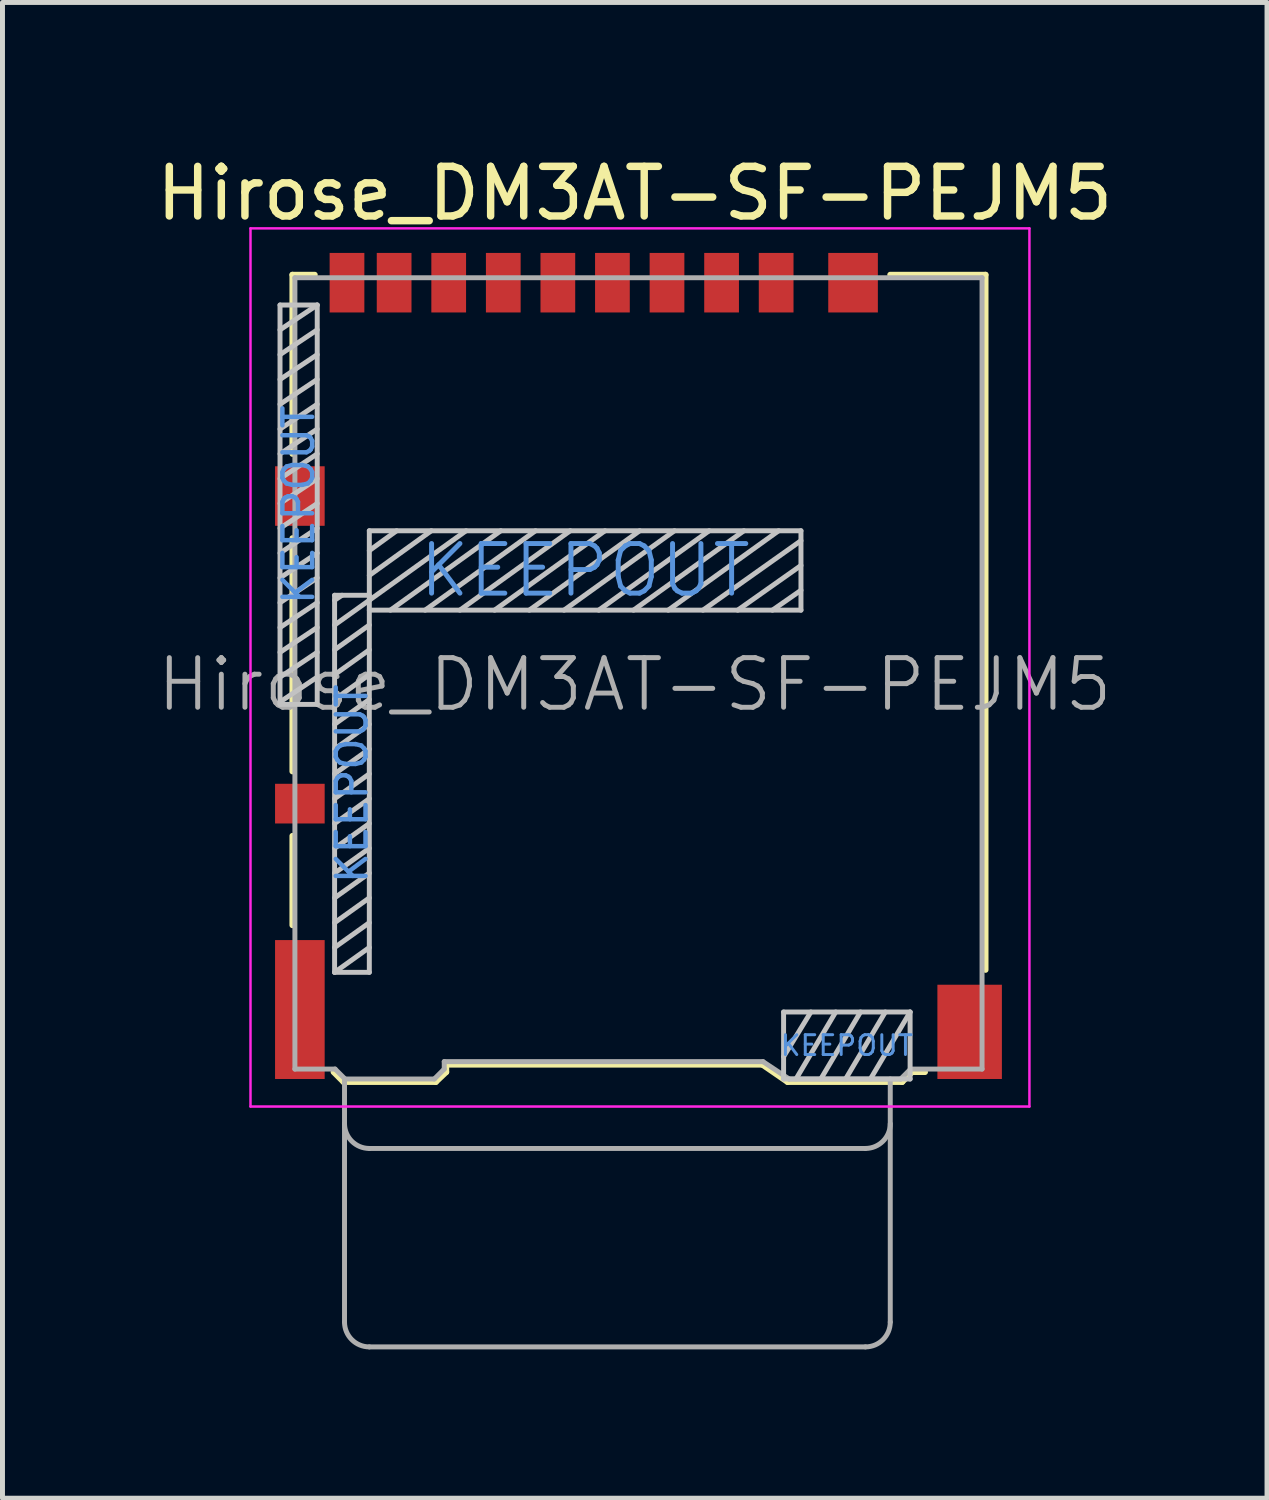
<source format=kicad_pcb>
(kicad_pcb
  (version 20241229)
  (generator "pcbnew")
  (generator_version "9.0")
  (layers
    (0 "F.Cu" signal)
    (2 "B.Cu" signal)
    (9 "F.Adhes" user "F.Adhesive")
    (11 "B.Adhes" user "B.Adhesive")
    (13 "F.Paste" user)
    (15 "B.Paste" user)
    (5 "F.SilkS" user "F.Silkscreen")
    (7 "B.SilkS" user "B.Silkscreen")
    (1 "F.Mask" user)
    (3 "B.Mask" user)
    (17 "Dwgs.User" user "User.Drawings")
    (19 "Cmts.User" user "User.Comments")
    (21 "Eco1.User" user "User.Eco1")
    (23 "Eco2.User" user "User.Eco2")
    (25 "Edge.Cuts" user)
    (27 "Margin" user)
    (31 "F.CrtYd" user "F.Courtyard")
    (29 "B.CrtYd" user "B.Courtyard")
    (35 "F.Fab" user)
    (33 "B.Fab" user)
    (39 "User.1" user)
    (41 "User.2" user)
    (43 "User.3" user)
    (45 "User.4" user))
  (footprint "Hirose_DM3AT-SF-PEJM5"
    (layer "F.Cu")
    (at 9.819 10.373)
    (property "Reference" "Hirose_DM3AT-SF-PEJM5" (at -0.075 -9.525 0) (layer "F.SilkS") (effects (font (size 1 1) (thickness 0.15))))
    (attr smd)
    (fp_line (start -6.975 -7.885) (end -6.975 -4.275) (stroke (width 0.12) (type solid)) (layer "F.SilkS"))
    (fp_line (start -6.975 -2.575) (end -6.975 2.125) (stroke (width 0.12) (type solid)) (layer "F.SilkS"))
    (fp_line (start -6.975 3.425) (end -6.975 5.225) (stroke (width 0.12) (type solid)) (layer "F.SilkS"))
    (fp_line (start -6.525 -7.885) (end -6.975 -7.885) (stroke (width 0.12) (type solid)) (layer "F.SilkS"))
    (fp_line (start -5.945 8.385) (end -6.145 8.185) (stroke (width 0.12) (type solid)) (layer "F.SilkS"))
    (fp_line (start -5.945 8.385) (end -4.085 8.385) (stroke (width 0.12) (type solid)) (layer "F.SilkS"))
    (fp_line (start -4.085 8.385) (end -3.875 8.185) (stroke (width 0.12) (type solid)) (layer "F.SilkS"))
    (fp_line (start -3.875 8.035) (end -3.875 8.185) (stroke (width 0.12) (type solid)) (layer "F.SilkS"))
    (fp_line (start -3.875 8.035) (end 2.495 8.035) (stroke (width 0.12) (type solid)) (layer "F.SilkS"))
    (fp_line (start 3.005 8.385) (end 2.495 8.035) (stroke (width 0.12) (type solid)) (layer "F.SilkS"))
    (fp_line (start 5.075 -7.885) (end 6.995 -7.885) (stroke (width 0.12) (type solid)) (layer "F.SilkS"))
    (fp_line (start 5.315 8.385) (end 3.005 8.385) (stroke (width 0.12) (type solid)) (layer "F.SilkS"))
    (fp_line (start 5.315 8.385) (end 5.515 8.185) (stroke (width 0.12) (type solid)) (layer "F.SilkS"))
    (fp_line (start 5.515 8.185) (end 5.775 8.185) (stroke (width 0.12) (type solid)) (layer "F.SilkS"))
    (fp_line (start 6.995 -7.885) (end 6.995 6.125) (stroke (width 0.12) (type solid)) (layer "F.SilkS"))
    (fp_line (start -7.225 -7.275) (end -6.475 -7.275) (stroke (width 0.1) (type solid)) (layer "Dwgs.User"))
    (fp_line (start -7.225 0.775) (end -7.225 -7.275) (stroke (width 0.1) (type solid)) (layer "Dwgs.User"))
    (fp_line (start -6.475 -7.275) (end -7.225 -6.775) (stroke (width 0.1) (type solid)) (layer "Dwgs.User"))
    (fp_line (start -6.475 -7.275) (end -6.475 0.775) (stroke (width 0.1) (type solid)) (layer "Dwgs.User"))
    (fp_line (start -6.475 -6.775) (end -7.225 -6.275) (stroke (width 0.1) (type solid)) (layer "Dwgs.User"))
    (fp_line (start -6.475 -6.275) (end -7.225 -5.775) (stroke (width 0.1) (type solid)) (layer "Dwgs.User"))
    (fp_line (start -6.475 -5.775) (end -7.225 -5.275) (stroke (width 0.1) (type solid)) (layer "Dwgs.User"))
    (fp_line (start -6.475 -5.275) (end -7.225 -4.775) (stroke (width 0.1) (type solid)) (layer "Dwgs.User"))
    (fp_line (start -6.475 -4.775) (end -7.225 -4.275) (stroke (width 0.1) (type solid)) (layer "Dwgs.User"))
    (fp_line (start -6.475 -4.275) (end -7.225 -3.775) (stroke (width 0.1) (type solid)) (layer "Dwgs.User"))
    (fp_line (start -6.475 -3.775) (end -7.225 -3.275) (stroke (width 0.1) (type solid)) (layer "Dwgs.User"))
    (fp_line (start -6.475 -3.275) (end -7.225 -2.775) (stroke (width 0.1) (type solid)) (layer "Dwgs.User"))
    (fp_line (start -6.475 -2.775) (end -7.225 -2.275) (stroke (width 0.1) (type solid)) (layer "Dwgs.User"))
    (fp_line (start -6.475 -2.275) (end -7.225 -1.775) (stroke (width 0.1) (type solid)) (layer "Dwgs.User"))
    (fp_line (start -6.475 -1.775) (end -7.225 -1.275) (stroke (width 0.1) (type solid)) (layer "Dwgs.User"))
    (fp_line (start -6.475 -1.275) (end -7.225 -0.775) (stroke (width 0.1) (type solid)) (layer "Dwgs.User"))
    (fp_line (start -6.475 -0.775) (end -7.225 -0.275) (stroke (width 0.1) (type solid)) (layer "Dwgs.User"))
    (fp_line (start -6.475 -0.275) (end -7.225 0.225) (stroke (width 0.1) (type solid)) (layer "Dwgs.User"))
    (fp_line (start -6.475 0.225) (end -7.225 0.725) (stroke (width 0.1) (type solid)) (layer "Dwgs.User"))
    (fp_line (start -6.475 0.775) (end -7.225 0.775) (stroke (width 0.1) (type solid)) (layer "Dwgs.User"))
    (fp_line (start -6.125 -1.425) (end -5.425 -1.425) (stroke (width 0.1) (type solid)) (layer "Dwgs.User"))
    (fp_line (start -6.125 -1.325) (end -5.975 -1.425) (stroke (width 0.1) (type solid)) (layer "Dwgs.User"))
    (fp_line (start -6.125 -0.825) (end -5.425 -1.325) (stroke (width 0.1) (type solid)) (layer "Dwgs.User"))
    (fp_line (start -6.125 -0.325) (end -5.425 -0.825) (stroke (width 0.1) (type solid)) (layer "Dwgs.User"))
    (fp_line (start -6.125 0.175) (end -5.425 -0.325) (stroke (width 0.1) (type solid)) (layer "Dwgs.User"))
    (fp_line (start -6.125 0.675) (end -5.425 0.175) (stroke (width 0.1) (type solid)) (layer "Dwgs.User"))
    (fp_line (start -6.125 1.175) (end -5.425 0.675) (stroke (width 0.1) (type solid)) (layer "Dwgs.User"))
    (fp_line (start -6.125 1.675) (end -5.425 1.175) (stroke (width 0.1) (type solid)) (layer "Dwgs.User"))
    (fp_line (start -6.125 2.175) (end -5.425 1.675) (stroke (width 0.1) (type solid)) (layer "Dwgs.User"))
    (fp_line (start -6.125 2.675) (end -5.425 2.175) (stroke (width 0.1) (type solid)) (layer "Dwgs.User"))
    (fp_line (start -6.125 3.175) (end -5.425 2.675) (stroke (width 0.1) (type solid)) (layer "Dwgs.User"))
    (fp_line (start -6.125 3.675) (end -5.425 3.175) (stroke (width 0.1) (type solid)) (layer "Dwgs.User"))
    (fp_line (start -6.125 4.175) (end -5.425 3.675) (stroke (width 0.1) (type solid)) (layer "Dwgs.User"))
    (fp_line (start -6.125 4.675) (end -5.425 4.175) (stroke (width 0.1) (type solid)) (layer "Dwgs.User"))
    (fp_line (start -6.125 5.175) (end -5.425 4.675) (stroke (width 0.1) (type solid)) (layer "Dwgs.User"))
    (fp_line (start -6.125 5.675) (end -5.425 5.175) (stroke (width 0.1) (type solid)) (layer "Dwgs.User"))
    (fp_line (start -6.125 6.175) (end -6.125 -1.425) (stroke (width 0.1) (type solid)) (layer "Dwgs.User"))
    (fp_line (start -6.125 6.175) (end -5.425 5.675) (stroke (width 0.1) (type solid)) (layer "Dwgs.User"))
    (fp_line (start -5.425 -2.725) (end -5.425 6.175) (stroke (width 0.1) (type solid)) (layer "Dwgs.User"))
    (fp_line (start -5.425 -2.725) (end 3.275 -2.725) (stroke (width 0.1) (type solid)) (layer "Dwgs.User"))
    (fp_line (start -5.425 -1.325) (end -3.475 -2.725) (stroke (width 0.1) (type solid)) (layer "Dwgs.User"))
    (fp_line (start -5.425 6.175) (end -6.125 6.175) (stroke (width 0.1) (type solid)) (layer "Dwgs.User"))
    (fp_line (start -4.875 -2.725) (end -5.425 -2.325) (stroke (width 0.1) (type solid)) (layer "Dwgs.User"))
    (fp_line (start -4.175 -2.725) (end -5.425 -1.825) (stroke (width 0.1) (type solid)) (layer "Dwgs.User"))
    (fp_line (start -2.775 -2.725) (end -5 -1.125) (stroke (width 0.1) (type solid)) (layer "Dwgs.User"))
    (fp_line (start -2.075 -2.725) (end -4.3 -1.125) (stroke (width 0.1) (type solid)) (layer "Dwgs.User"))
    (fp_line (start -1.375 -2.725) (end -3.6 -1.125) (stroke (width 0.1) (type solid)) (layer "Dwgs.User"))
    (fp_line (start -0.675 -2.725) (end -2.9 -1.125) (stroke (width 0.1) (type solid)) (layer "Dwgs.User"))
    (fp_line (start 0.025 -2.725) (end -2.2 -1.125) (stroke (width 0.1) (type solid)) (layer "Dwgs.User"))
    (fp_line (start 0.725 -2.725) (end -1.5 -1.125) (stroke (width 0.1) (type solid)) (layer "Dwgs.User"))
    (fp_line (start 1.425 -2.725) (end -0.8 -1.125) (stroke (width 0.1) (type solid)) (layer "Dwgs.User"))
    (fp_line (start 2.125 -2.725) (end -0.1 -1.125) (stroke (width 0.1) (type solid)) (layer "Dwgs.User"))
    (fp_line (start 2.825 -2.725) (end 0.6 -1.125) (stroke (width 0.1) (type solid)) (layer "Dwgs.User"))
    (fp_line (start 2.925 6.975) (end 5.475 6.975) (stroke (width 0.1) (type solid)) (layer "Dwgs.User"))
    (fp_line (start 2.925 8.325) (end 2.925 6.975) (stroke (width 0.1) (type solid)) (layer "Dwgs.User"))
    (fp_line (start 3.275 -2.725) (end 3.275 -1.125) (stroke (width 0.1) (type solid)) (layer "Dwgs.User"))
    (fp_line (start 3.275 -2.525) (end 1.3 -1.125) (stroke (width 0.1) (type solid)) (layer "Dwgs.User"))
    (fp_line (start 3.275 -2.025) (end 2 -1.125) (stroke (width 0.1) (type solid)) (layer "Dwgs.User"))
    (fp_line (start 3.275 -1.525) (end 2.7 -1.125) (stroke (width 0.1) (type solid)) (layer "Dwgs.User"))
    (fp_line (start 3.275 -1.125) (end -5.425 -1.125) (stroke (width 0.1) (type solid)) (layer "Dwgs.User"))
    (fp_line (start 3.475 6.975) (end 2.925 7.875) (stroke (width 0.1) (type solid)) (layer "Dwgs.User"))
    (fp_line (start 3.975 6.975) (end 3.175 8.325) (stroke (width 0.1) (type solid)) (layer "Dwgs.User"))
    (fp_line (start 4.475 6.975) (end 3.675 8.325) (stroke (width 0.1) (type solid)) (layer "Dwgs.User"))
    (fp_line (start 4.975 6.975) (end 4.175 8.325) (stroke (width 0.1) (type solid)) (layer "Dwgs.User"))
    (fp_line (start 5.475 6.975) (end 4.675 8.325) (stroke (width 0.1) (type solid)) (layer "Dwgs.User"))
    (fp_line (start 5.475 6.975) (end 5.475 8.325) (stroke (width 0.1) (type solid)) (layer "Dwgs.User"))
    (fp_line (start 5.475 8.325) (end 2.925 8.325) (stroke (width 0.1) (type solid)) (layer "Dwgs.User"))
    (fp_line (start -7.82 -8.82) (end 7.88 -8.82) (stroke (width 0.05) (type solid)) (layer "F.CrtYd"))
    (fp_line (start -7.82 8.88) (end -7.82 -8.82) (stroke (width 0.05) (type solid)) (layer "F.CrtYd"))
    (fp_line (start 7.88 -8.82) (end 7.88 8.88) (stroke (width 0.05) (type solid)) (layer "F.CrtYd"))
    (fp_line (start 7.88 8.88) (end -7.82 8.88) (stroke (width 0.05) (type solid)) (layer "F.CrtYd"))
    (fp_line (start -6.925 8.125) (end -6.925 -7.825) (stroke (width 0.1) (type solid)) (layer "F.Fab"))
    (fp_line (start -6.115 8.125) (end -6.925 8.125) (stroke (width 0.1) (type solid)) (layer "F.Fab"))
    (fp_line (start -5.925 8.325) (end -5.925 13.225) (stroke (width 0.1) (type solid)) (layer "F.Fab"))
    (fp_line (start -5.915 8.325) (end -6.115 8.125) (stroke (width 0.1) (type solid)) (layer "F.Fab"))
    (fp_line (start -5.425 9.725) (end 4.575 9.725) (stroke (width 0.1) (type solid)) (layer "F.Fab"))
    (fp_line (start -5.425 13.725) (end 4.575 13.725) (stroke (width 0.1) (type solid)) (layer "F.Fab"))
    (fp_line (start -4.115 8.325) (end -5.915 8.325) (stroke (width 0.1) (type solid)) (layer "F.Fab"))
    (fp_line (start -3.915 8.125) (end -4.115 8.325) (stroke (width 0.1) (type solid)) (layer "F.Fab"))
    (fp_line (start -3.915 8.125) (end -3.915 7.975) (stroke (width 0.1) (type solid)) (layer "F.Fab"))
    (fp_line (start 2.51 7.975) (end -3.915 7.975) (stroke (width 0.1) (type solid)) (layer "F.Fab"))
    (fp_line (start 3.035 8.325) (end 2.51 7.975) (stroke (width 0.1) (type solid)) (layer "F.Fab"))
    (fp_line (start 5.075 13.225) (end 5.075 8.325) (stroke (width 0.1) (type solid)) (layer "F.Fab"))
    (fp_line (start 5.285 8.325) (end 3.035 8.325) (stroke (width 0.1) (type solid)) (layer "F.Fab"))
    (fp_line (start 5.285 8.325) (end 5.485 8.125) (stroke (width 0.1) (type solid)) (layer "F.Fab"))
    (fp_line (start 5.485 8.125) (end 6.925 8.125) (stroke (width 0.1) (type solid)) (layer "F.Fab"))
    (fp_line (start 6.925 -7.825) (end -6.925 -7.825) (stroke (width 0.1) (type solid)) (layer "F.Fab"))
    (fp_line (start 6.925 8.125) (end 6.925 -7.825) (stroke (width 0.1) (type solid)) (layer "F.Fab"))
    (fp_arc (start -5.425 9.725) (mid -5.778553 9.578553) (end -5.925 9.225) (stroke (width 0.1) (type solid)) (layer "F.Fab"))
    (fp_arc (start -5.425 13.725) (mid -5.778553 13.578553) (end -5.925 13.225) (stroke (width 0.1) (type solid)) (layer "F.Fab"))
    (fp_arc (start 5.075 9.225) (mid 4.928553 9.578553) (end 4.575 9.725) (stroke (width 0.1) (type solid)) (layer "F.Fab"))
    (fp_arc (start 5.075 13.225) (mid 4.928553 13.578553) (end 4.575 13.725) (stroke (width 0.1) (type solid)) (layer "F.Fab"))
    (fp_text user "KEEPOUT" (at 4.2 7.65 0) (layer "Cmts.User") (effects (font (size 0.4 0.4) (thickness 0.06))))
    (fp_text user "KEEPOUT" (at -6.85 -3.25 90) (layer "Cmts.User") (effects (font (size 0.6 0.6) (thickness 0.09))))
    (fp_text user "KEEPOUT" (at -5.775 2.375 90) (layer "Cmts.User") (effects (font (size 0.6 0.6) (thickness 0.09))))
    (fp_text user "KEEPOUT" (at -1.075 -1.925 0) (layer "Cmts.User") (effects (font (size 1 1) (thickness 0.1))))
    (fp_text user "${REFERENCE}" (at -0.075 0.375 0) (layer "F.Fab") (effects (font (size 1 1) (thickness 0.1))))
    (pad "1" smd rect (at 2.775 -7.725) (size 0.7 1.2) (layers "F.Cu" "F.Mask" "F.Paste"))
    (pad "2" smd rect (at 1.675 -7.725) (size 0.7 1.2) (layers "F.Cu" "F.Mask" "F.Paste"))
    (pad "3" smd rect (at 0.575 -7.725) (size 0.7 1.2) (layers "F.Cu" "F.Mask" "F.Paste"))
    (pad "4" smd rect (at -0.525 -7.725) (size 0.7 1.2) (layers "F.Cu" "F.Mask" "F.Paste"))
    (pad "5" smd rect (at -1.625 -7.725) (size 0.7 1.2) (layers "F.Cu" "F.Mask" "F.Paste"))
    (pad "6" smd rect (at -2.725 -7.725) (size 0.7 1.2) (layers "F.Cu" "F.Mask" "F.Paste"))
    (pad "7" smd rect (at -3.825 -7.725) (size 0.7 1.2) (layers "F.Cu" "F.Mask" "F.Paste"))
    (pad "8" smd rect (at -4.925 -7.725) (size 0.7 1.2) (layers "F.Cu" "F.Mask" "F.Paste"))
    (pad "9" smd rect (at -5.875 -7.725) (size 0.7 1.2) (layers "F.Cu" "F.Mask" "F.Paste"))
    (pad "10" smd rect (at -6.825 2.775) (size 1 0.8) (layers "F.Cu" "F.Mask" "F.Paste"))
    (pad "11" smd rect (at -6.825 -3.425) (size 1 1.2) (layers "F.Cu" "F.Mask" "F.Paste"))
    (pad "11" smd rect (at -6.825 6.925) (size 1 2.8) (layers "F.Cu" "F.Mask" "F.Paste"))
    (pad "11" smd rect (at 4.325 -7.725) (size 1 1.2) (layers "F.Cu" "F.Mask" "F.Paste"))
    (pad "11" smd rect (at 6.675 7.375) (size 1.3 1.9) (layers "F.Cu" "F.Mask" "F.Paste")))
  (gr_rect
    (start -3 -3)
    (end 22.488 27.148)
    (stroke (width 0.1) (type default))
    (fill no)
    (layer "Edge.Cuts")))
</source>
